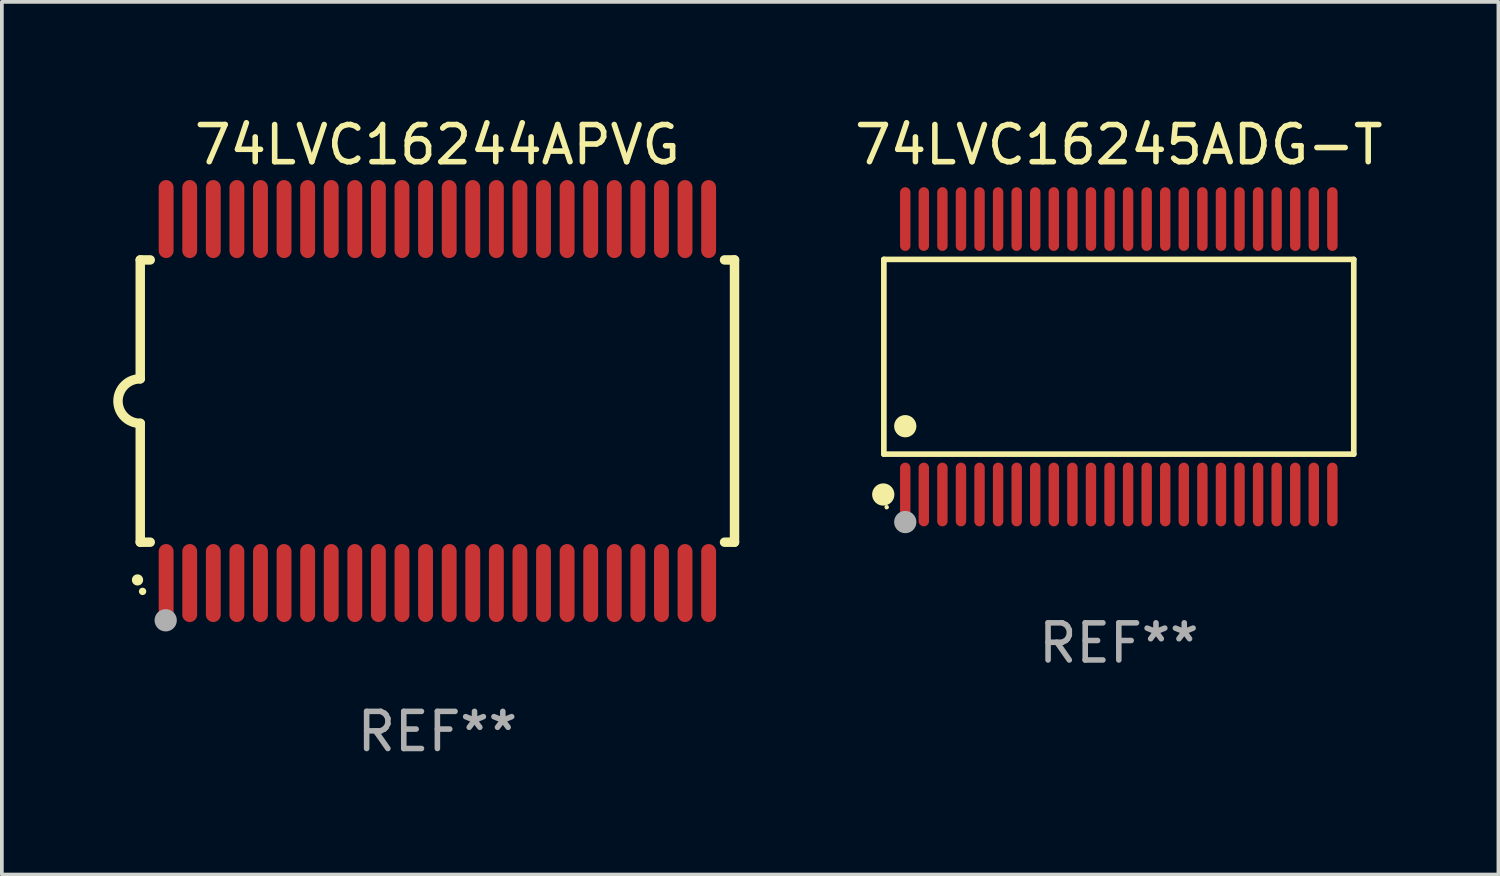
<source format=kicad_pcb>
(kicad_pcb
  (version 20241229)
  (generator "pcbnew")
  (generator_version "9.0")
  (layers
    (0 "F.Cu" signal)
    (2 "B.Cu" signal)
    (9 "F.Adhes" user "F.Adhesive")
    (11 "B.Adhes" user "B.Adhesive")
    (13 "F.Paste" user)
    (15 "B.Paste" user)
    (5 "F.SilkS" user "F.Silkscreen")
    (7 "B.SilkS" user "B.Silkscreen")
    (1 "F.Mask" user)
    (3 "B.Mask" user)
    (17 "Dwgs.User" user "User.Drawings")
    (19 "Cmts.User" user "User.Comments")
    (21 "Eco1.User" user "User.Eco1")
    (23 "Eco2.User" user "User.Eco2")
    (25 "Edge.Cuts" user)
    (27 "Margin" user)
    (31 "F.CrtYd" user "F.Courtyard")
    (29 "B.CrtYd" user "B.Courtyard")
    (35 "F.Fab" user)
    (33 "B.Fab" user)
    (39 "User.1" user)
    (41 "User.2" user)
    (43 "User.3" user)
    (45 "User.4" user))
  (footprint "74LVC16245ADG-T"
    (layer "F.Cu")
    (at 27.073 6.556)
    (property "Reference" "74LVC16245ADG-T" (at 0 -5.708 0) (layer "F.SilkS") (effects (font (size 1 1) (thickness 0.15))))
    (attr through_hole)
    (fp_line (start -6.326 -2.622) (end 6.326 -2.622) (stroke (width 0.152) (type solid)) (layer "F.SilkS"))
    (fp_line (start -6.326 2.621) (end -6.326 -2.622) (stroke (width 0.152) (type solid)) (layer "F.SilkS"))
    (fp_line (start 6.326 -2.622) (end 6.326 2.621) (stroke (width 0.152) (type solid)) (layer "F.SilkS"))
    (fp_line (start 6.326 2.621) (end -6.326 2.621) (stroke (width 0.152) (type solid)) (layer "F.SilkS"))
    (fp_circle (center -6.342 3.708) (end -6.192 3.708) (stroke (width 0.3) (type solid)) (fill no) (layer "F.SilkS"))
    (fp_circle (center -6.25 4.05) (end -6.22 4.05) (stroke (width 0.06) (type solid)) (fill no) (layer "F.SilkS"))
    (fp_circle (center -5.75 1.869) (end -5.6 1.869) (stroke (width 0.3) (type solid)) (fill no) (layer "F.SilkS"))
    (fp_circle (center -5.75 4.45) (end -5.6 4.45) (stroke (width 0.3) (type solid)) (fill no) (layer "F.Fab"))
    (fp_text user "REF**" (at 0 7.708 0) (layer "F.Fab") (effects (font (size 1 1) (thickness 0.15))))
    (pad "1" smd oval (at -5.75 3.708) (size 0.28 1.715) (layers "F.Cu" "F.Mask" "F.Paste"))
    (pad "2" smd oval (at -5.25 3.708) (size 0.28 1.715) (layers "F.Cu" "F.Mask" "F.Paste"))
    (pad "3" smd oval (at -4.75 3.708) (size 0.28 1.715) (layers "F.Cu" "F.Mask" "F.Paste"))
    (pad "4" smd oval (at -4.25 3.708) (size 0.28 1.715) (layers "F.Cu" "F.Mask" "F.Paste"))
    (pad "5" smd oval (at -3.75 3.708) (size 0.28 1.715) (layers "F.Cu" "F.Mask" "F.Paste"))
    (pad "6" smd oval (at -3.25 3.708) (size 0.28 1.715) (layers "F.Cu" "F.Mask" "F.Paste"))
    (pad "7" smd oval (at -2.75 3.708) (size 0.28 1.715) (layers "F.Cu" "F.Mask" "F.Paste"))
    (pad "8" smd oval (at -2.25 3.708) (size 0.28 1.715) (layers "F.Cu" "F.Mask" "F.Paste"))
    (pad "9" smd oval (at -1.75 3.708) (size 0.28 1.715) (layers "F.Cu" "F.Mask" "F.Paste"))
    (pad "10" smd oval (at -1.25 3.708) (size 0.28 1.715) (layers "F.Cu" "F.Mask" "F.Paste"))
    (pad "11" smd oval (at -0.75 3.708) (size 0.28 1.715) (layers "F.Cu" "F.Mask" "F.Paste"))
    (pad "12" smd oval (at -0.25 3.708) (size 0.28 1.715) (layers "F.Cu" "F.Mask" "F.Paste"))
    (pad "13" smd oval (at 0.25 3.708) (size 0.28 1.715) (layers "F.Cu" "F.Mask" "F.Paste"))
    (pad "14" smd oval (at 0.75 3.708) (size 0.28 1.715) (layers "F.Cu" "F.Mask" "F.Paste"))
    (pad "15" smd oval (at 1.25 3.708) (size 0.28 1.715) (layers "F.Cu" "F.Mask" "F.Paste"))
    (pad "16" smd oval (at 1.75 3.708) (size 0.28 1.715) (layers "F.Cu" "F.Mask" "F.Paste"))
    (pad "17" smd oval (at 2.25 3.708) (size 0.28 1.715) (layers "F.Cu" "F.Mask" "F.Paste"))
    (pad "18" smd oval (at 2.75 3.708) (size 0.28 1.715) (layers "F.Cu" "F.Mask" "F.Paste"))
    (pad "19" smd oval (at 3.25 3.708) (size 0.28 1.715) (layers "F.Cu" "F.Mask" "F.Paste"))
    (pad "20" smd oval (at 3.75 3.708) (size 0.28 1.715) (layers "F.Cu" "F.Mask" "F.Paste"))
    (pad "21" smd oval (at 4.25 3.708) (size 0.28 1.715) (layers "F.Cu" "F.Mask" "F.Paste"))
    (pad "22" smd oval (at 4.75 3.708) (size 0.28 1.715) (layers "F.Cu" "F.Mask" "F.Paste"))
    (pad "23" smd oval (at 5.25 3.708) (size 0.28 1.715) (layers "F.Cu" "F.Mask" "F.Paste"))
    (pad "24" smd oval (at 5.75 3.708) (size 0.28 1.715) (layers "F.Cu" "F.Mask" "F.Paste"))
    (pad "25" smd oval (at 5.75 -3.708) (size 0.28 1.715) (layers "F.Cu" "F.Mask" "F.Paste"))
    (pad "26" smd oval (at 5.25 -3.708) (size 0.28 1.715) (layers "F.Cu" "F.Mask" "F.Paste"))
    (pad "27" smd oval (at 4.75 -3.708) (size 0.28 1.715) (layers "F.Cu" "F.Mask" "F.Paste"))
    (pad "28" smd oval (at 4.25 -3.708) (size 0.28 1.715) (layers "F.Cu" "F.Mask" "F.Paste"))
    (pad "29" smd oval (at 3.75 -3.708) (size 0.28 1.715) (layers "F.Cu" "F.Mask" "F.Paste"))
    (pad "30" smd oval (at 3.25 -3.708) (size 0.28 1.715) (layers "F.Cu" "F.Mask" "F.Paste"))
    (pad "31" smd oval (at 2.75 -3.708) (size 0.28 1.715) (layers "F.Cu" "F.Mask" "F.Paste"))
    (pad "32" smd oval (at 2.25 -3.708) (size 0.28 1.715) (layers "F.Cu" "F.Mask" "F.Paste"))
    (pad "33" smd oval (at 1.75 -3.708) (size 0.28 1.715) (layers "F.Cu" "F.Mask" "F.Paste"))
    (pad "34" smd oval (at 1.25 -3.708) (size 0.28 1.715) (layers "F.Cu" "F.Mask" "F.Paste"))
    (pad "35" smd oval (at 0.75 -3.708) (size 0.28 1.715) (layers "F.Cu" "F.Mask" "F.Paste"))
    (pad "36" smd oval (at 0.25 -3.708) (size 0.28 1.715) (layers "F.Cu" "F.Mask" "F.Paste"))
    (pad "37" smd oval (at -0.25 -3.708) (size 0.28 1.715) (layers "F.Cu" "F.Mask" "F.Paste"))
    (pad "38" smd oval (at -0.75 -3.708) (size 0.28 1.715) (layers "F.Cu" "F.Mask" "F.Paste"))
    (pad "39" smd oval (at -1.25 -3.708) (size 0.28 1.715) (layers "F.Cu" "F.Mask" "F.Paste"))
    (pad "40" smd oval (at -1.75 -3.708) (size 0.28 1.715) (layers "F.Cu" "F.Mask" "F.Paste"))
    (pad "41" smd oval (at -2.25 -3.708) (size 0.28 1.715) (layers "F.Cu" "F.Mask" "F.Paste"))
    (pad "42" smd oval (at -2.75 -3.708) (size 0.28 1.715) (layers "F.Cu" "F.Mask" "F.Paste"))
    (pad "43" smd oval (at -3.25 -3.708) (size 0.28 1.715) (layers "F.Cu" "F.Mask" "F.Paste"))
    (pad "44" smd oval (at -3.75 -3.708) (size 0.28 1.715) (layers "F.Cu" "F.Mask" "F.Paste"))
    (pad "45" smd oval (at -4.25 -3.708) (size 0.28 1.715) (layers "F.Cu" "F.Mask" "F.Paste"))
    (pad "46" smd oval (at -4.75 -3.708) (size 0.28 1.715) (layers "F.Cu" "F.Mask" "F.Paste"))
    (pad "47" smd oval (at -5.25 -3.708) (size 0.28 1.715) (layers "F.Cu" "F.Mask" "F.Paste"))
    (pad "48" smd oval (at -5.75 -3.708) (size 0.28 1.715) (layers "F.Cu" "F.Mask" "F.Paste")))
  (footprint "74LVC16244APVG"
    (layer "F.Cu")
    (at 8.726 7.748)
    (property "Reference" "74LVC16244APVG" (at 0 -6.9 0) (layer "F.SilkS") (effects (font (size 1 1) (thickness 0.15))))
    (attr through_hole)
    (fp_line (start -8 -3.8) (end -8 -0.599) (stroke (width 0.254) (type solid)) (layer "F.SilkS"))
    (fp_line (start -8 -3.8) (end -7.731 -3.8) (stroke (width 0.254) (type solid)) (layer "F.SilkS"))
    (fp_line (start -8 3.8) (end -8 0.599) (stroke (width 0.254) (type solid)) (layer "F.SilkS"))
    (fp_line (start -7.731 3.8) (end -8 3.8) (stroke (width 0.254) (type solid)) (layer "F.SilkS"))
    (fp_line (start 7.731 -3.8) (end 8 -3.8) (stroke (width 0.254) (type solid)) (layer "F.SilkS"))
    (fp_line (start 8 -3.8) (end 8 3.8) (stroke (width 0.254) (type solid)) (layer "F.SilkS"))
    (fp_line (start 8 3.8) (end 7.731 3.8) (stroke (width 0.254) (type solid)) (layer "F.SilkS"))
    (fp_arc (start -8.074676 4.81585) (mid -8.073406 4.815845) (end -8.072136 4.81585) (stroke (width 0.3) (type solid)) (layer "F.SilkS"))
    (fp_arc (start -8.000025 0.6) (mid -8.598908 0.00056) (end -8.000027 -0.598882) (stroke (width 0.254001) (type solid)) (layer "F.SilkS"))
    (fp_circle (center -7.937 5.125) (end -7.887 5.125) (stroke (width 0.1) (type solid)) (fill no) (layer "F.SilkS"))
    (fp_circle (center -7.315 5.903) (end -7.165 5.903) (stroke (width 0.3) (type solid)) (fill no) (layer "F.Fab"))
    (fp_text user "REF**" (at 0 8.9 0) (layer "F.Fab") (effects (font (size 1 1) (thickness 0.15))))
    (pad "1" smd oval (at -7.303 4.9) (size 0.4 2.1) (layers "F.Cu" "F.Mask" "F.Paste"))
    (pad "2" smd oval (at -6.668 4.9) (size 0.4 2.1) (layers "F.Cu" "F.Mask" "F.Paste"))
    (pad "3" smd oval (at -6.033 4.9) (size 0.4 2.1) (layers "F.Cu" "F.Mask" "F.Paste"))
    (pad "4" smd oval (at -5.398 4.9) (size 0.4 2.1) (layers "F.Cu" "F.Mask" "F.Paste"))
    (pad "5" smd oval (at -4.763 4.9) (size 0.4 2.1) (layers "F.Cu" "F.Mask" "F.Paste"))
    (pad "6" smd oval (at -4.128 4.9) (size 0.4 2.1) (layers "F.Cu" "F.Mask" "F.Paste"))
    (pad "7" smd oval (at -3.493 4.9) (size 0.4 2.1) (layers "F.Cu" "F.Mask" "F.Paste"))
    (pad "8" smd oval (at -2.858 4.9) (size 0.4 2.1) (layers "F.Cu" "F.Mask" "F.Paste"))
    (pad "9" smd oval (at -2.223 4.9) (size 0.4 2.1) (layers "F.Cu" "F.Mask" "F.Paste"))
    (pad "10" smd oval (at -1.588 4.9) (size 0.4 2.1) (layers "F.Cu" "F.Mask" "F.Paste"))
    (pad "11" smd oval (at -0.953 4.9) (size 0.4 2.1) (layers "F.Cu" "F.Mask" "F.Paste"))
    (pad "12" smd oval (at -0.318 4.9) (size 0.4 2.1) (layers "F.Cu" "F.Mask" "F.Paste"))
    (pad "13" smd oval (at 0.318 4.9) (size 0.4 2.1) (layers "F.Cu" "F.Mask" "F.Paste"))
    (pad "14" smd oval (at 0.953 4.9) (size 0.4 2.1) (layers "F.Cu" "F.Mask" "F.Paste"))
    (pad "15" smd oval (at 1.588 4.9) (size 0.4 2.1) (layers "F.Cu" "F.Mask" "F.Paste"))
    (pad "16" smd oval (at 2.223 4.9) (size 0.4 2.1) (layers "F.Cu" "F.Mask" "F.Paste"))
    (pad "17" smd oval (at 2.858 4.9) (size 0.4 2.1) (layers "F.Cu" "F.Mask" "F.Paste"))
    (pad "18" smd oval (at 3.493 4.9) (size 0.4 2.1) (layers "F.Cu" "F.Mask" "F.Paste"))
    (pad "19" smd oval (at 4.128 4.9) (size 0.4 2.1) (layers "F.Cu" "F.Mask" "F.Paste"))
    (pad "20" smd oval (at 4.763 4.9) (size 0.4 2.1) (layers "F.Cu" "F.Mask" "F.Paste"))
    (pad "21" smd oval (at 5.398 4.9) (size 0.4 2.1) (layers "F.Cu" "F.Mask" "F.Paste"))
    (pad "22" smd oval (at 6.033 4.9) (size 0.4 2.1) (layers "F.Cu" "F.Mask" "F.Paste"))
    (pad "23" smd oval (at 6.668 4.9) (size 0.4 2.1) (layers "F.Cu" "F.Mask" "F.Paste"))
    (pad "24" smd oval (at 7.303 4.9) (size 0.4 2.1) (layers "F.Cu" "F.Mask" "F.Paste"))
    (pad "25" smd oval (at 7.303 -4.9 180) (size 0.4 2.1) (layers "F.Cu" "F.Mask" "F.Paste"))
    (pad "26" smd oval (at 6.668 -4.9 180) (size 0.4 2.1) (layers "F.Cu" "F.Mask" "F.Paste"))
    (pad "27" smd oval (at 6.033 -4.9 180) (size 0.4 2.1) (layers "F.Cu" "F.Mask" "F.Paste"))
    (pad "28" smd oval (at 5.398 -4.9 180) (size 0.4 2.1) (layers "F.Cu" "F.Mask" "F.Paste"))
    (pad "29" smd oval (at 4.763 -4.9 180) (size 0.4 2.1) (layers "F.Cu" "F.Mask" "F.Paste"))
    (pad "30" smd oval (at 4.128 -4.9 180) (size 0.4 2.1) (layers "F.Cu" "F.Mask" "F.Paste"))
    (pad "31" smd oval (at 3.493 -4.9 180) (size 0.4 2.1) (layers "F.Cu" "F.Mask" "F.Paste"))
    (pad "32" smd oval (at 2.858 -4.9 180) (size 0.4 2.1) (layers "F.Cu" "F.Mask" "F.Paste"))
    (pad "33" smd oval (at 2.223 -4.9 180) (size 0.4 2.1) (layers "F.Cu" "F.Mask" "F.Paste"))
    (pad "34" smd oval (at 1.588 -4.9 180) (size 0.4 2.1) (layers "F.Cu" "F.Mask" "F.Paste"))
    (pad "35" smd oval (at 0.953 -4.9 180) (size 0.4 2.1) (layers "F.Cu" "F.Mask" "F.Paste"))
    (pad "36" smd oval (at 0.318 -4.9 180) (size 0.4 2.1) (layers "F.Cu" "F.Mask" "F.Paste"))
    (pad "37" smd oval (at -0.318 -4.9 180) (size 0.4 2.1) (layers "F.Cu" "F.Mask" "F.Paste"))
    (pad "38" smd oval (at -0.953 -4.9 180) (size 0.4 2.1) (layers "F.Cu" "F.Mask" "F.Paste"))
    (pad "39" smd oval (at -1.588 -4.9 180) (size 0.4 2.1) (layers "F.Cu" "F.Mask" "F.Paste"))
    (pad "40" smd oval (at -2.223 -4.9 180) (size 0.4 2.1) (layers "F.Cu" "F.Mask" "F.Paste"))
    (pad "41" smd oval (at -2.858 -4.9 180) (size 0.4 2.1) (layers "F.Cu" "F.Mask" "F.Paste"))
    (pad "42" smd oval (at -3.493 -4.9 180) (size 0.4 2.1) (layers "F.Cu" "F.Mask" "F.Paste"))
    (pad "43" smd oval (at -4.128 -4.9 180) (size 0.4 2.1) (layers "F.Cu" "F.Mask" "F.Paste"))
    (pad "44" smd oval (at -4.763 -4.9 180) (size 0.4 2.1) (layers "F.Cu" "F.Mask" "F.Paste"))
    (pad "45" smd oval (at -5.398 -4.9 180) (size 0.4 2.1) (layers "F.Cu" "F.Mask" "F.Paste"))
    (pad "46" smd oval (at -6.033 -4.9 180) (size 0.4 2.1) (layers "F.Cu" "F.Mask" "F.Paste"))
    (pad "47" smd oval (at -6.668 -4.9 180) (size 0.4 2.1) (layers "F.Cu" "F.Mask" "F.Paste"))
    (pad "48" smd oval (at -7.303 -4.9 180) (size 0.4 2.1) (layers "F.Cu" "F.Mask" "F.Paste")))
  (gr_rect
    (start -3 -3)
    (end 37.293 20.496)
    (stroke (width 0.1) (type default))
    (fill no)
    (layer "Edge.Cuts")))
</source>
